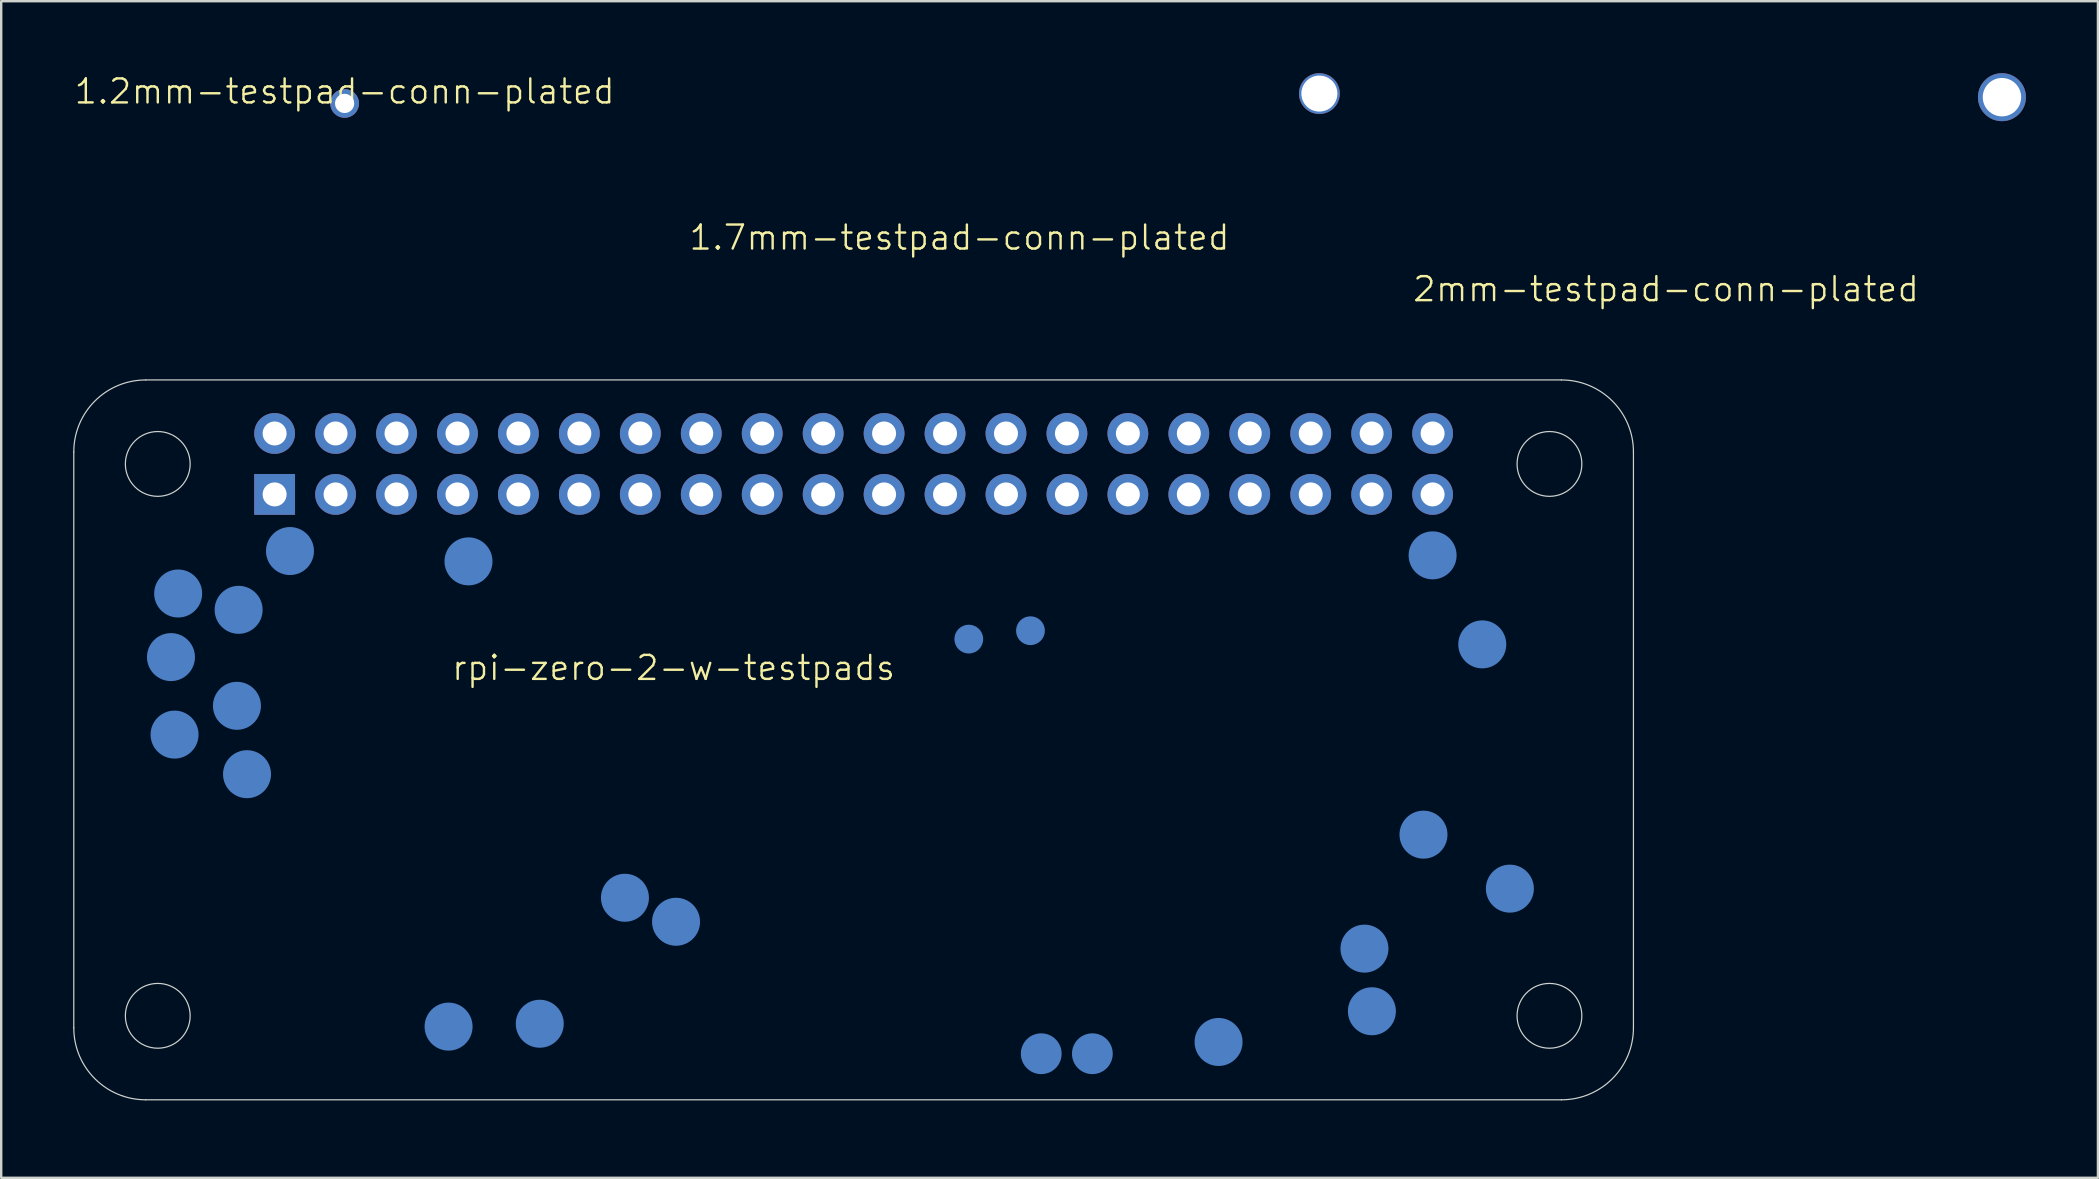
<source format=kicad_pcb>
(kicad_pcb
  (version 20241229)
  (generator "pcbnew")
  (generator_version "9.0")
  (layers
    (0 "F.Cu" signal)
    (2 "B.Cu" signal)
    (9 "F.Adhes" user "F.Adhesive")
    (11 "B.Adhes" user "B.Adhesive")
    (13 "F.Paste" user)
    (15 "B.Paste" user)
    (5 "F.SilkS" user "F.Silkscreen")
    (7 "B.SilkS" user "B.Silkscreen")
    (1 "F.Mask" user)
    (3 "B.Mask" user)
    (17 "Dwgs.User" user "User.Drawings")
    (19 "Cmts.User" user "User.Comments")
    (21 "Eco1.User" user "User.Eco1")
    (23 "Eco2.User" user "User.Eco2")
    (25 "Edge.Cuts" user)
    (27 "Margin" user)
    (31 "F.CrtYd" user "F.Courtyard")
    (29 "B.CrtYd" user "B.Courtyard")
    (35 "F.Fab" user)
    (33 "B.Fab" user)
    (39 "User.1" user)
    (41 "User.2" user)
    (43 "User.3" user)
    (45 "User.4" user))
  (footprint "rpi-zero-2-w-testpads"
    (layer "F.Cu")
    (at 65.025 42.785)
    (property "Reference" "rpi-zero-2-w-testpads" (at -40 -18 0) (unlocked yes) (layer "F.SilkS") (effects (font (size 1 1) (thickness 0.1))))
    (attr smd)
    (fp_line (start -65 -3) (end -65 -27) (stroke (width 0.05) (type default)) (layer "Edge.Cuts"))
    (fp_line (start -62 -30) (end -3 -30) (stroke (width 0.05) (type default)) (layer "Edge.Cuts"))
    (fp_line (start -3 0) (end -62 0) (stroke (width 0.05) (type default)) (layer "Edge.Cuts"))
    (fp_line (start 0 -27) (end 0 -3) (stroke (width 0.05) (type default)) (layer "Edge.Cuts"))
    (fp_arc (start -65 -27) (mid -64.12132 -29.12132) (end -62 -30) (stroke (width 0.05) (type default)) (layer "Edge.Cuts"))
    (fp_arc (start -62 0) (mid -64.12132 -0.87868) (end -65 -3) (stroke (width 0.05) (type default)) (layer "Edge.Cuts"))
    (fp_arc (start -3 -30) (mid -0.87868 -29.12132) (end 0 -27) (stroke (width 0.05) (type default)) (layer "Edge.Cuts"))
    (fp_arc (start 0 -3) (mid -0.87868 -0.87868) (end -3 0) (stroke (width 0.05) (type default)) (layer "Edge.Cuts"))
    (fp_circle (center -61.5 -26.5) (end -60.15 -26.5) (stroke (width 0.05) (type solid)) (fill no) (layer "Edge.Cuts"))
    (fp_circle (center -61.5 -3.5) (end -60.15 -3.5) (stroke (width 0.05) (type solid)) (fill no) (layer "Edge.Cuts"))
    (fp_circle (center -3.5 -26.5) (end -2.15 -26.5) (stroke (width 0.05) (type solid)) (fill no) (layer "Edge.Cuts"))
    (fp_circle (center -3.5 -3.5) (end -2.15 -3.5) (stroke (width 0.05) (type solid)) (fill no) (layer "Edge.Cuts"))
    (pad "1" thru_hole rect (at -56.63 -25.23 90) (size 1.7 1.7) (drill 1) (layers "*.Cu" "*.Mask"))
    (pad "1V8" smd circle (at -42.03 -8.42) (size 2 2) (layers "B.Cu" "B.Mask" "B.Paste"))
    (pad "2" thru_hole circle (at -56.63 -27.77 90) (size 1.7 1.7) (drill 1) (layers "*.Cu" "*.Mask"))
    (pad "3" thru_hole circle (at -54.09 -25.23 90) (size 1.7 1.7) (drill 1) (layers "*.Cu" "*.Mask"))
    (pad "3V3" smd circle (at -48.55 -22.44) (size 2 2) (layers "B.Cu" "B.Mask" "B.Paste"))
    (pad "4" thru_hole circle (at -54.09 -27.77 90) (size 1.7 1.7) (drill 1) (layers "*.Cu" "*.Mask"))
    (pad "5" thru_hole circle (at -51.55 -25.23 90) (size 1.7 1.7) (drill 1) (layers "*.Cu" "*.Mask"))
    (pad "5V" smd circle (at -11.21 -6.3) (size 2 2) (layers "B.Cu" "B.Mask" "B.Paste"))
    (pad "5V" smd circle (at -8.75 -11.05) (size 2 2) (layers "B.Cu" "B.Mask" "B.Paste"))
    (pad "6" thru_hole circle (at -51.55 -27.77 90) (size 1.7 1.7) (drill 1) (layers "*.Cu" "*.Mask"))
    (pad "7" thru_hole circle (at -49.01 -25.23 90) (size 1.7 1.7) (drill 1) (layers "*.Cu" "*.Mask"))
    (pad "8" thru_hole circle (at -49.01 -27.77 90) (size 1.7 1.7) (drill 1) (layers "*.Cu" "*.Mask"))
    (pad "9" thru_hole circle (at -46.47 -25.23 90) (size 1.7 1.7) (drill 1) (layers "*.Cu" "*.Mask"))
    (pad "10" thru_hole circle (at -46.47 -27.77 90) (size 1.7 1.7) (drill 1) (layers "*.Cu" "*.Mask"))
    (pad "11" thru_hole circle (at -43.93 -25.23 90) (size 1.7 1.7) (drill 1) (layers "*.Cu" "*.Mask"))
    (pad "12" thru_hole circle (at -43.93 -27.77 90) (size 1.7 1.7) (drill 1) (layers "*.Cu" "*.Mask"))
    (pad "13" thru_hole circle (at -41.39 -25.23 90) (size 1.7 1.7) (drill 1) (layers "*.Cu" "*.Mask"))
    (pad "14" thru_hole circle (at -41.39 -27.77 90) (size 1.7 1.7) (drill 1) (layers "*.Cu" "*.Mask"))
    (pad "15" thru_hole circle (at -38.85 -25.23 90) (size 1.7 1.7) (drill 1) (layers "*.Cu" "*.Mask"))
    (pad "16" thru_hole circle (at -38.85 -27.77 90) (size 1.7 1.7) (drill 1) (layers "*.Cu" "*.Mask"))
    (pad "17" thru_hole circle (at -36.31 -25.23 90) (size 1.7 1.7) (drill 1) (layers "*.Cu" "*.Mask"))
    (pad "18" thru_hole circle (at -36.31 -27.77 90) (size 1.7 1.7) (drill 1) (layers "*.Cu" "*.Mask"))
    (pad "19" thru_hole circle (at -33.77 -25.23 90) (size 1.7 1.7) (drill 1) (layers "*.Cu" "*.Mask"))
    (pad "20" thru_hole circle (at -33.77 -27.77 90) (size 1.7 1.7) (drill 1) (layers "*.Cu" "*.Mask"))
    (pad "21" thru_hole circle (at -31.23 -25.23 90) (size 1.7 1.7) (drill 1) (layers "*.Cu" "*.Mask"))
    (pad "22" thru_hole circle (at -31.23 -27.77 90) (size 1.7 1.7) (drill 1) (layers "*.Cu" "*.Mask"))
    (pad "23" thru_hole circle (at -28.69 -25.23 90) (size 1.7 1.7) (drill 1) (layers "*.Cu" "*.Mask"))
    (pad "24" thru_hole circle (at -28.69 -27.77 90) (size 1.7 1.7) (drill 1) (layers "*.Cu" "*.Mask"))
    (pad "25" thru_hole circle (at -26.15 -25.23 90) (size 1.7 1.7) (drill 1) (layers "*.Cu" "*.Mask"))
    (pad "26" thru_hole circle (at -26.15 -27.77 90) (size 1.7 1.7) (drill 1) (layers "*.Cu" "*.Mask"))
    (pad "27" thru_hole circle (at -23.61 -25.23 90) (size 1.7 1.7) (drill 1) (layers "*.Cu" "*.Mask"))
    (pad "28" thru_hole circle (at -23.61 -27.77 90) (size 1.7 1.7) (drill 1) (layers "*.Cu" "*.Mask"))
    (pad "29" thru_hole circle (at -21.07 -25.23 90) (size 1.7 1.7) (drill 1) (layers "*.Cu" "*.Mask"))
    (pad "30" thru_hole circle (at -21.07 -27.77 90) (size 1.7 1.7) (drill 1) (layers "*.Cu" "*.Mask"))
    (pad "31" thru_hole circle (at -18.53 -25.23 90) (size 1.7 1.7) (drill 1) (layers "*.Cu" "*.Mask"))
    (pad "32" thru_hole circle (at -18.53 -27.77 90) (size 1.7 1.7) (drill 1) (layers "*.Cu" "*.Mask"))
    (pad "33" thru_hole circle (at -15.99 -25.23 90) (size 1.7 1.7) (drill 1) (layers "*.Cu" "*.Mask"))
    (pad "34" thru_hole circle (at -15.99 -27.77 90) (size 1.7 1.7) (drill 1) (layers "*.Cu" "*.Mask"))
    (pad "35" thru_hole circle (at -13.45 -25.23 90) (size 1.7 1.7) (drill 1) (layers "*.Cu" "*.Mask"))
    (pad "36" thru_hole circle (at -13.45 -27.77 90) (size 1.7 1.7) (drill 1) (layers "*.Cu" "*.Mask"))
    (pad "37" thru_hole circle (at -10.91 -25.23 90) (size 1.7 1.7) (drill 1) (layers "*.Cu" "*.Mask"))
    (pad "38" thru_hole circle (at -10.91 -27.77 90) (size 1.7 1.7) (drill 1) (layers "*.Cu" "*.Mask"))
    (pad "39" thru_hole circle (at -8.37 -25.23 90) (size 1.7 1.7) (drill 1) (layers "*.Cu" "*.Mask"))
    (pad "40" thru_hole circle (at -8.37 -27.77 90) (size 1.7 1.7) (drill 1) (layers "*.Cu" "*.Mask"))
    (pad "BT_ON" smd circle (at -25.13 -19.55) (size 1.2 1.2) (layers "B.Cu" "B.Mask" "B.Paste"))
    (pad "CORE" smd circle (at -6.3 -18.98) (size 2 2) (layers "B.Cu" "B.Mask" "B.Paste"))
    (pad "GND" smd circle (at -55.99 -22.87) (size 2 2) (layers "B.Cu" "B.Mask" "B.Paste"))
    (pad "GND" smd circle (at -49.38 -3.05) (size 2 2) (layers "B.Cu" "B.Mask" "B.Paste"))
    (pad "GND" smd circle (at -17.29 -2.41) (size 2 2) (layers "B.Cu" "B.Mask" "B.Paste"))
    (pad "GND" smd circle (at -10.9 -3.69) (size 2 2) (layers "B.Cu" "B.Mask" "B.Paste"))
    (pad "OTG" smd circle (at -39.9 -7.42) (size 2 2) (layers "B.Cu" "B.Mask" "B.Paste"))
    (pad "RUN" smd circle (at -8.37 -22.69) (size 2 2) (layers "B.Cu" "B.Mask" "B.Paste"))
    (pad "SD_CLK" smd circle (at -60.95 -18.45) (size 2 2) (layers "B.Cu" "B.Mask" "B.Paste"))
    (pad "SD_CMD" smd circle (at -58.2 -16.42) (size 2 2) (layers "B.Cu" "B.Mask" "B.Paste"))
    (pad "SD_DAT0" smd circle (at -58.13 -20.42) (size 2 2) (layers "B.Cu" "B.Mask" "B.Paste"))
    (pad "SD_DAT1" smd circle (at -60.65 -21.1) (size 2 2) (layers "B.Cu" "B.Mask" "B.Paste"))
    (pad "SD_DAT2" smd circle (at -57.78 -13.57) (size 2 2) (layers "B.Cu" "B.Mask" "B.Paste"))
    (pad "SD_DAT3" smd circle (at -60.8 -15.22) (size 2 2) (layers "B.Cu" "B.Mask" "B.Paste"))
    (pad "STATUS_LED" smd circle (at -5.15 -8.8) (size 2 2) (layers "B.Cu" "B.Mask" "B.Paste"))
    (pad "TV" smd circle (at -45.58 -3.17) (size 2 2) (layers "B.Cu" "B.Mask" "B.Paste"))
    (pad "USB_DM" smd circle (at -24.68 -1.92) (size 1.7 1.7) (layers "B.Cu" "B.Mask" "B.Paste"))
    (pad "USB_DP" smd circle (at -22.55 -1.92) (size 1.7 1.7) (layers "B.Cu" "B.Mask" "B.Paste"))
    (pad "WL_ON" smd circle (at -27.7 -19.2) (size 1.2 1.2) (layers "B.Cu" "B.Mask" "B.Paste")))
  (footprint "1.2mm-testpad-conn-plated"
    (layer "F.Cu")
    (at 11.312 1.26)
    (property "Reference" "1.2mm-testpad-conn-plated" (at 0 -0.5 0) (unlocked yes) (layer "F.SilkS") (effects (font (size 1 1) (thickness 0.1))))
    (attr smd)
    (pad "1" thru_hole circle (at 0 0) (size 1.2 1.2) (drill 0.8) (layers "*.Cu" "*.Paste" "*.Mask")))
  (footprint "2mm-testpad-conn-plated"
    (layer "F.Cu")
    (at 80.383 1)
    (property "Reference" "2mm-testpad-conn-plated" (at -14 8 0) (unlocked yes) (layer "F.SilkS") (effects (font (size 1 1) (thickness 0.1))))
    (attr smd)
    (pad "1" thru_hole circle (at 0 0) (size 2 2) (drill 1.6) (layers "*.Cu" "*.Paste" "*.Mask")))
  (footprint "1.7mm-testpad-conn-plated"
    (layer "F.Cu")
    (at 51.936 0.85)
    (property "Reference" "1.7mm-testpad-conn-plated" (at -15 6 0) (unlocked yes) (layer "F.SilkS") (effects (font (size 1 1) (thickness 0.1))))
    (attr smd)
    (pad "1" thru_hole circle (at 0 0) (size 1.7 1.7) (drill 1.5) (layers "*.Cu" "*.Paste" "*.Mask")))
  (gr_rect
    (start -3 -3)
    (end 84.383 46.035)
    (stroke (width 0.1) (type default))
    (fill no)
    (layer "Edge.Cuts")))
</source>
